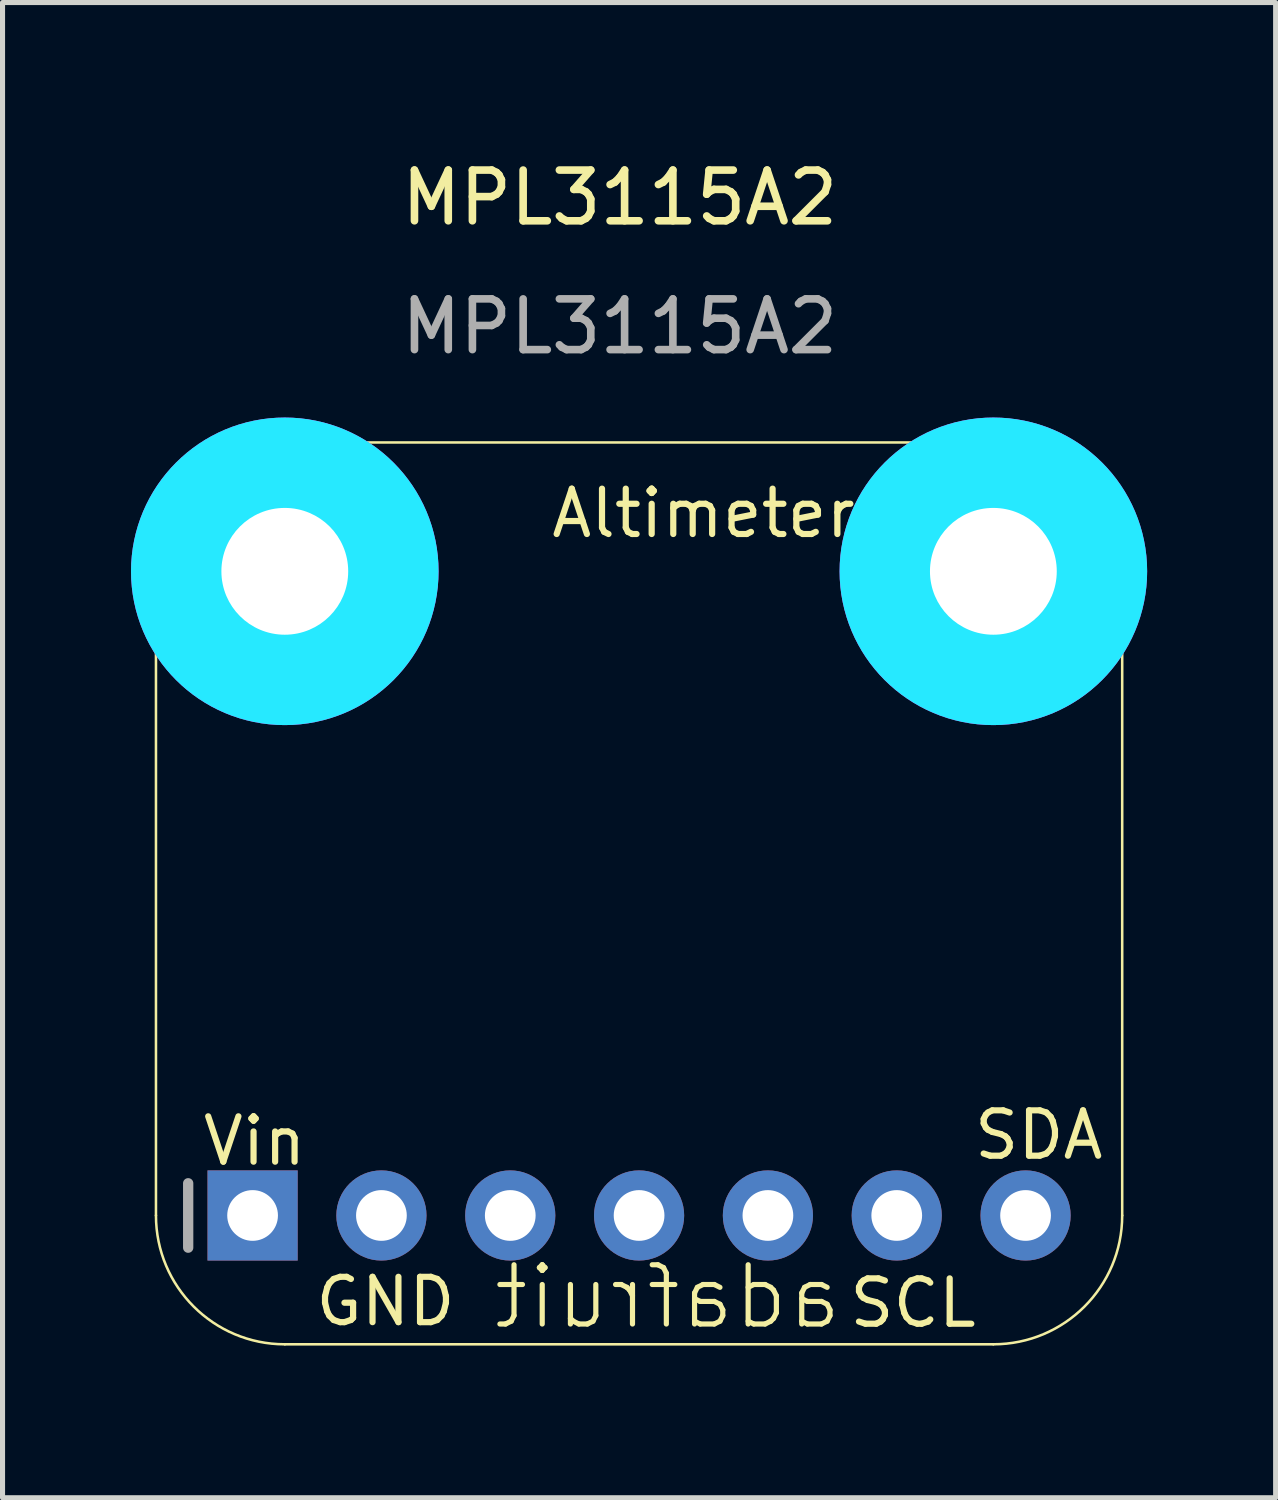
<source format=kicad_pcb>
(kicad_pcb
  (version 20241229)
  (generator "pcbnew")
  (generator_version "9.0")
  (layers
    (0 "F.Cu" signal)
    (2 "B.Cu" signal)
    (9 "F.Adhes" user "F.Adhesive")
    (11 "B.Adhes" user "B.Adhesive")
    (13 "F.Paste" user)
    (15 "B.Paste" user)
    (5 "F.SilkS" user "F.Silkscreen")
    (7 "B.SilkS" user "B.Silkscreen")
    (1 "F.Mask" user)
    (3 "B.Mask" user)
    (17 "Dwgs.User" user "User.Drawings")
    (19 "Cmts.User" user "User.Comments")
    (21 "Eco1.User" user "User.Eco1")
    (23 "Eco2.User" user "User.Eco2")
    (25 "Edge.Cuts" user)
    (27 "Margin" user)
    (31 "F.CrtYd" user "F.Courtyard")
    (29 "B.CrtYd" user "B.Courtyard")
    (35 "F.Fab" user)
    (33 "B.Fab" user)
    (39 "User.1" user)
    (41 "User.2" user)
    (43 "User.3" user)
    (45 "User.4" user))
  (footprint "MPL3115A2"
    (layer "F.Cu")
    (at 9.169 18.628)
    (property "Reference" "MPL3115A2" (at 0 -17.78 0) (unlocked yes) (layer "F.SilkS") (effects (font (size 1 1) (thickness 0.15))))
    (attr smd)
    (fp_line (start -9.144 2.286) (end -9.144 -10.414) (stroke (width 0.05) (type solid)) (layer "F.SilkS"))
    (fp_line (start -6.604 -12.954) (end 7.366 -12.954) (stroke (width 0.05) (type solid)) (layer "F.SilkS"))
    (fp_line (start 7.366 4.826) (end -6.604 4.826) (stroke (width 0.05) (type solid)) (layer "F.SilkS"))
    (fp_line (start 9.906 -10.414) (end 9.906 2.286) (stroke (width 0.05) (type solid)) (layer "F.SilkS"))
    (fp_arc (start -9.144 -10.414) (mid -8.400051 -12.210051) (end -6.604 -12.954) (stroke (width 0.05) (type solid)) (layer "F.SilkS"))
    (fp_arc (start -6.604 4.826) (mid -8.400051 4.082051) (end -9.144 2.286) (stroke (width 0.05) (type solid)) (layer "F.SilkS"))
    (fp_arc (start 7.366 -12.954) (mid 9.162051 -12.210051) (end 9.906 -10.414) (stroke (width 0.05) (type solid)) (layer "F.SilkS"))
    (fp_arc (start 9.906 2.286) (mid 9.162051 4.082051) (end 7.366 4.826) (stroke (width 0.05) (type solid)) (layer "F.SilkS"))
    (fp_circle (center -6.604 -10.414) (end -4.604 -10.414) (stroke (width 0.203) (type solid)) (fill no) (layer "F.SilkS"))
    (fp_circle (center 7.366 -10.414) (end 9.366 -10.414) (stroke (width 0.203) (type solid)) (fill no) (layer "F.SilkS"))
    (fp_circle (center -6.604 -10.414) (end -5.604 -10.414) (stroke (width 2.032) (type solid)) (fill no) (layer "B.CrtYd"))
    (fp_circle (center 7.366 -10.414) (end 8.366 -10.414) (stroke (width 2.032) (type solid)) (fill no) (layer "B.CrtYd"))
    (fp_circle (center -6.604 -10.414) (end -5.604 -10.414) (stroke (width 2.032) (type solid)) (fill no) (layer "F.CrtYd"))
    (fp_circle (center 7.366 -10.414) (end 8.366 -10.414) (stroke (width 2.032) (type solid)) (fill no) (layer "F.CrtYd"))
    (fp_line (start -8.509 1.651) (end -8.509 2.921) (stroke (width 0.203) (type solid)) (layer "F.Fab"))
    (fp_text user "GND" (at -4.619 3.982 0) (layer "F.SilkS") (effects (font (size 0.894 0.894) (thickness 0.122))))
    (fp_text user "adafruit" (at 4.434 4.574 0) (layer "F.SilkS") (effects (font (size 1.168 1.168) (thickness 0.102)) (justify left bottom mirror)))
    (fp_text user "SDA" (at 8.261 0.7 0) (layer "F.SilkS") (effects (font (size 0.894 0.894) (thickness 0.122))))
    (fp_text user "Altimeter" (at 1.651 -11.557 0) (layer "F.SilkS") (effects (font (size 0.894 0.894) (thickness 0.122))))
    (fp_text user "SCL" (at 5.781 4.013 0) (layer "F.SilkS") (effects (font (size 0.894 0.894) (thickness 0.122))))
    (fp_text user "Vin" (at -7.199 0.818 0) (layer "F.SilkS") (effects (font (size 0.894 0.894) (thickness 0.122))))
    (fp_text user "${REFERENCE}" (at 0 -15.24 0) (unlocked yes) (layer "F.Fab") (effects (font (size 1 1) (thickness 0.15))))
    (pad "1" thru_hole rect (at -7.239 2.286 90) (size 1.778 1.778) (drill 1) (layers "*.Cu" "*.Mask"))
    (pad "2" thru_hole circle (at -4.699 2.286 90) (size 1.778 1.778) (drill 1) (layers "*.Cu" "*.Mask"))
    (pad "3" thru_hole circle (at -2.159 2.286 90) (size 1.778 1.778) (drill 1) (layers "*.Cu" "*.Mask"))
    (pad "4" thru_hole circle (at 0.381 2.286 90) (size 1.778 1.778) (drill 1) (layers "*.Cu" "*.Mask"))
    (pad "5" thru_hole circle (at 2.921 2.286 90) (size 1.778 1.778) (drill 1) (layers "*.Cu" "*.Mask"))
    (pad "6" thru_hole circle (at 5.461 2.286 90) (size 1.778 1.778) (drill 1) (layers "*.Cu" "*.Mask"))
    (pad "7" thru_hole circle (at 8.001 2.286 90) (size 1.778 1.778) (drill 1) (layers "*.Cu" "*.Mask"))
    (pad "P$1" thru_hole circle (at -6.604 -10.414) (size 3.2 3.2) (drill 2.5) (layers "*.Cu" "*.Mask"))
    (pad "P$1" thru_hole circle (at 7.366 -10.414) (size 3.2 3.2) (drill 2.5) (layers "*.Cu" "*.Mask"))
    (zone (net_name "") (layer "F.Cu") (hatch edge 0.508) (connect_pads) (min_thickness 0.254) (filled_areas_thickness no) (keepout (tracks not_allowed) (vias not_allowed) (pads not_allowed) (copperpour not_allowed) (footprints allowed)) (placement (enabled no)) (fill) (polygon (pts (xy 4.581 8.214) (xy 4.55 7.864) (xy 4.459 7.525) (xy 4.311 7.206) (xy 4.109 6.918) (xy 3.861 6.67) (xy 3.573 6.468) (xy 3.255 6.32) (xy 2.915 6.229) (xy 2.565 6.198) (xy 2.215 6.229) (xy 1.875 6.32) (xy 1.557 6.468) (xy 1.269 6.67) (xy 1.021 6.918) (xy 0.819 7.206) (xy 0.671 7.525) (xy 0.58 7.864) (xy 0.549 8.214) (xy 0.58 8.564) (xy 0.671 8.904) (xy 0.819 9.222) (xy 1.021 9.51) (xy 1.269 9.759) (xy 1.557 9.96) (xy 1.875 10.109) (xy 2.215 10.2) (xy 2.565 10.23) (xy 2.915 10.2) (xy 3.255 10.109) (xy 3.573 9.96) (xy 3.861 9.759) (xy 4.109 9.51) (xy 4.311 9.222) (xy 4.459 8.904) (xy 4.55 8.564))) (polygon (pts (xy 2.549 8.214) (xy 2.549 8.217) (xy 2.55 8.22) (xy 2.551 8.222) (xy 2.553 8.225) (xy 2.555 8.227) (xy 2.557 8.228) (xy 2.56 8.229) (xy 2.562 8.23) (xy 2.565 8.23) (xy 2.568 8.23) (xy 2.57 8.229) (xy 2.573 8.228) (xy 2.575 8.227) (xy 2.577 8.225) (xy 2.579 8.222) (xy 2.58 8.22) (xy 2.581 8.217) (xy 2.581 8.214) (xy 2.581 8.211) (xy 2.58 8.209) (xy 2.579 8.206) (xy 2.577 8.204) (xy 2.575 8.202) (xy 2.573 8.2) (xy 2.57 8.199) (xy 2.568 8.198) (xy 2.565 8.198) (xy 2.562 8.198) (xy 2.56 8.199) (xy 2.557 8.2) (xy 2.555 8.202) (xy 2.553 8.204) (xy 2.551 8.206) (xy 2.55 8.209) (xy 2.549 8.211))))
    (zone (net_name "") (layer "F.Cu") (hatch edge 0.508) (connect_pads) (min_thickness 0.254) (filled_areas_thickness no) (keepout (tracks not_allowed) (vias not_allowed) (pads not_allowed) (copperpour not_allowed) (footprints allowed)) (placement (enabled no)) (fill) (polygon (pts (xy 18.551 8.214) (xy 18.52 7.864) (xy 18.429 7.525) (xy 18.281 7.206) (xy 18.079 6.918) (xy 17.831 6.67) (xy 17.543 6.468) (xy 17.225 6.32) (xy 16.885 6.229) (xy 16.535 6.198) (xy 16.185 6.229) (xy 15.845 6.32) (xy 15.527 6.468) (xy 15.239 6.67) (xy 14.991 6.918) (xy 14.789 7.206) (xy 14.641 7.525) (xy 14.55 7.864) (xy 14.519 8.214) (xy 14.55 8.564) (xy 14.641 8.904) (xy 14.789 9.222) (xy 14.991 9.51) (xy 15.239 9.759) (xy 15.527 9.96) (xy 15.845 10.109) (xy 16.185 10.2) (xy 16.535 10.23) (xy 16.885 10.2) (xy 17.225 10.109) (xy 17.543 9.96) (xy 17.831 9.759) (xy 18.079 9.51) (xy 18.281 9.222) (xy 18.429 8.904) (xy 18.52 8.564))) (polygon (pts (xy 16.519 8.214) (xy 16.519 8.217) (xy 16.52 8.22) (xy 16.521 8.222) (xy 16.523 8.225) (xy 16.525 8.227) (xy 16.527 8.228) (xy 16.53 8.229) (xy 16.532 8.23) (xy 16.535 8.23) (xy 16.538 8.23) (xy 16.54 8.229) (xy 16.543 8.228) (xy 16.545 8.227) (xy 16.547 8.225) (xy 16.549 8.222) (xy 16.55 8.22) (xy 16.551 8.217) (xy 16.551 8.214) (xy 16.551 8.211) (xy 16.55 8.209) (xy 16.549 8.206) (xy 16.547 8.204) (xy 16.545 8.202) (xy 16.543 8.2) (xy 16.54 8.199) (xy 16.538 8.198) (xy 16.535 8.198) (xy 16.532 8.198) (xy 16.53 8.199) (xy 16.527 8.2) (xy 16.525 8.202) (xy 16.523 8.204) (xy 16.521 8.206) (xy 16.52 8.209) (xy 16.519 8.211))))
    (zone (net_name "") (layer "B.Cu") (hatch edge 0.508) (connect_pads) (min_thickness 0.254) (filled_areas_thickness no) (keepout (tracks not_allowed) (vias not_allowed) (pads not_allowed) (copperpour not_allowed) (footprints allowed)) (placement (enabled no)) (fill) (polygon (pts (xy 4.581 8.214) (xy 4.55 7.864) (xy 4.459 7.525) (xy 4.311 7.206) (xy 4.109 6.918) (xy 3.861 6.67) (xy 3.573 6.468) (xy 3.255 6.32) (xy 2.915 6.229) (xy 2.565 6.198) (xy 2.215 6.229) (xy 1.875 6.32) (xy 1.557 6.468) (xy 1.269 6.67) (xy 1.021 6.918) (xy 0.819 7.206) (xy 0.671 7.525) (xy 0.58 7.864) (xy 0.549 8.214) (xy 0.58 8.564) (xy 0.671 8.904) (xy 0.819 9.222) (xy 1.021 9.51) (xy 1.269 9.759) (xy 1.557 9.96) (xy 1.875 10.109) (xy 2.215 10.2) (xy 2.565 10.23) (xy 2.915 10.2) (xy 3.255 10.109) (xy 3.573 9.96) (xy 3.861 9.759) (xy 4.109 9.51) (xy 4.311 9.222) (xy 4.459 8.904) (xy 4.55 8.564))) (polygon (pts (xy 2.549 8.214) (xy 2.549 8.217) (xy 2.55 8.22) (xy 2.551 8.222) (xy 2.553 8.225) (xy 2.555 8.227) (xy 2.557 8.228) (xy 2.56 8.229) (xy 2.562 8.23) (xy 2.565 8.23) (xy 2.568 8.23) (xy 2.57 8.229) (xy 2.573 8.228) (xy 2.575 8.227) (xy 2.577 8.225) (xy 2.579 8.222) (xy 2.58 8.22) (xy 2.581 8.217) (xy 2.581 8.214) (xy 2.581 8.211) (xy 2.58 8.209) (xy 2.579 8.206) (xy 2.577 8.204) (xy 2.575 8.202) (xy 2.573 8.2) (xy 2.57 8.199) (xy 2.568 8.198) (xy 2.565 8.198) (xy 2.562 8.198) (xy 2.56 8.199) (xy 2.557 8.2) (xy 2.555 8.202) (xy 2.553 8.204) (xy 2.551 8.206) (xy 2.55 8.209) (xy 2.549 8.211))))
    (zone (net_name "") (layer "B.Cu") (hatch edge 0.508) (connect_pads) (min_thickness 0.254) (filled_areas_thickness no) (keepout (tracks not_allowed) (vias not_allowed) (pads not_allowed) (copperpour not_allowed) (footprints allowed)) (placement (enabled no)) (fill) (polygon (pts (xy 18.551 8.214) (xy 18.52 7.864) (xy 18.429 7.525) (xy 18.281 7.206) (xy 18.079 6.918) (xy 17.831 6.67) (xy 17.543 6.468) (xy 17.225 6.32) (xy 16.885 6.229) (xy 16.535 6.198) (xy 16.185 6.229) (xy 15.845 6.32) (xy 15.527 6.468) (xy 15.239 6.67) (xy 14.991 6.918) (xy 14.789 7.206) (xy 14.641 7.525) (xy 14.55 7.864) (xy 14.519 8.214) (xy 14.55 8.564) (xy 14.641 8.904) (xy 14.789 9.222) (xy 14.991 9.51) (xy 15.239 9.759) (xy 15.527 9.96) (xy 15.845 10.109) (xy 16.185 10.2) (xy 16.535 10.23) (xy 16.885 10.2) (xy 17.225 10.109) (xy 17.543 9.96) (xy 17.831 9.759) (xy 18.079 9.51) (xy 18.281 9.222) (xy 18.429 8.904) (xy 18.52 8.564))) (polygon (pts (xy 16.519 8.214) (xy 16.519 8.217) (xy 16.52 8.22) (xy 16.521 8.222) (xy 16.523 8.225) (xy 16.525 8.227) (xy 16.527 8.228) (xy 16.53 8.229) (xy 16.532 8.23) (xy 16.535 8.23) (xy 16.538 8.23) (xy 16.54 8.229) (xy 16.543 8.228) (xy 16.545 8.227) (xy 16.547 8.225) (xy 16.549 8.222) (xy 16.55 8.22) (xy 16.551 8.217) (xy 16.551 8.214) (xy 16.551 8.211) (xy 16.55 8.209) (xy 16.549 8.206) (xy 16.547 8.204) (xy 16.545 8.202) (xy 16.543 8.2) (xy 16.54 8.199) (xy 16.538 8.198) (xy 16.535 8.198) (xy 16.532 8.198) (xy 16.53 8.199) (xy 16.527 8.2) (xy 16.525 8.202) (xy 16.523 8.204) (xy 16.521 8.206) (xy 16.52 8.209) (xy 16.519 8.211)))))
  (gr_rect
    (start -3 -3)
    (end 22.1 26.479)
    (stroke (width 0.1) (type default))
    (fill no)
    (layer "Edge.Cuts")))
</source>
